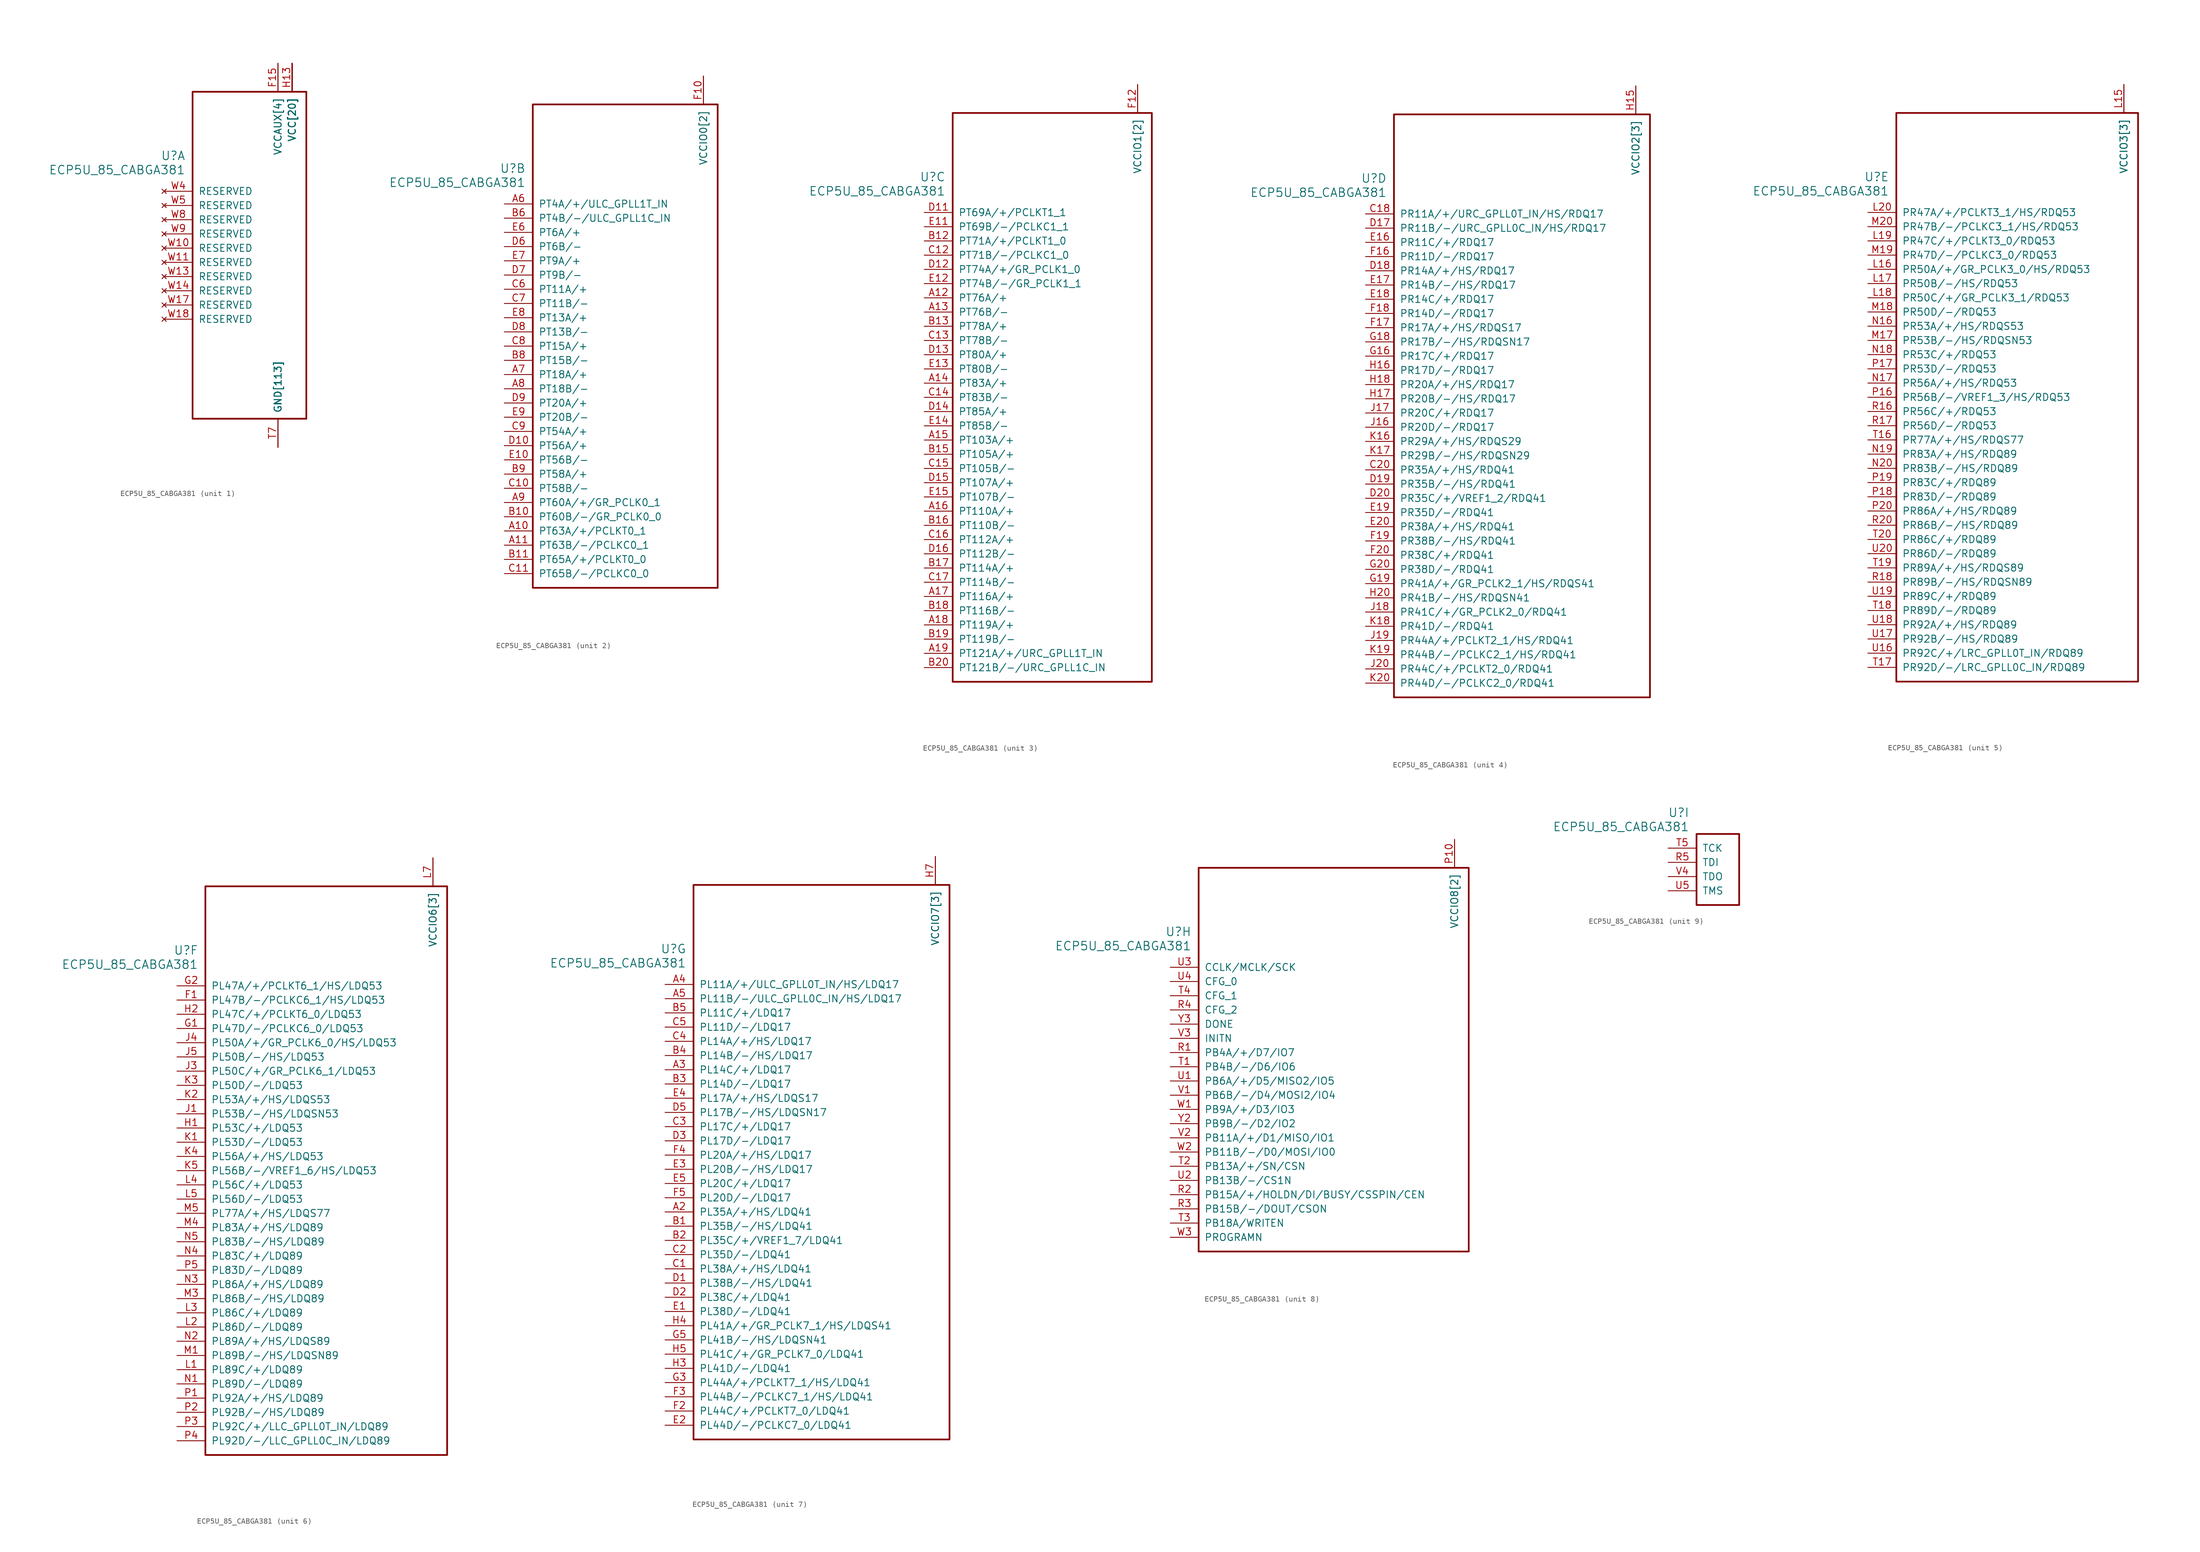
<source format=kicad_sym>
(kicad_symbol_lib
  (version 20241209)
  (generator "kicad_symbol_editor")
  (generator_version "9.0")
  (symbol "ECP5U_85_CABGA381"
    (pin_names
      (offset 1.016))
    (property "Reference" "U"
      (at 3.81 6.35 0)
      (effects (font (size 1.524 1.524)) (justify right)))
    (property "Value" "ECP5U_85_CABGA381"
      (at 3.81 3.81 0)
      (effects (font (size 1.524 1.524)) (justify right)))
    (property "ki_locked" ""
      (at 0 0 0)
      (effects (font (size 1.27 1.27))))
    (symbol "ECP5U_85_CABGA381_1_1"
      (rectangle (start 5.08 17.78) (end 25.4 -40.64) (stroke (width 0.305) (type solid)) (fill (type none)))
      (pin no_connect line (at 0 0 0) (length 5.08) (name "RESERVED" (effects (font (size 1.27 1.27)))) (number "W4" (effects (font (size 1.27 1.27)))))
      (pin no_connect line (at 0 -2.54 0) (length 5.08) (name "RESERVED" (effects (font (size 1.27 1.27)))) (number "W5" (effects (font (size 1.27 1.27)))))
      (pin no_connect line (at 0 -5.08 0) (length 5.08) (name "RESERVED" (effects (font (size 1.27 1.27)))) (number "W8" (effects (font (size 1.27 1.27)))))
      (pin no_connect line (at 0 -7.62 0) (length 5.08) (name "RESERVED" (effects (font (size 1.27 1.27)))) (number "W9" (effects (font (size 1.27 1.27)))))
      (pin no_connect line (at 0 -10.16 0) (length 5.08) (name "RESERVED" (effects (font (size 1.27 1.27)))) (number "W10" (effects (font (size 1.27 1.27)))))
      (pin no_connect line (at 0 -12.7 0) (length 5.08) (name "RESERVED" (effects (font (size 1.27 1.27)))) (number "W11" (effects (font (size 1.27 1.27)))))
      (pin no_connect line (at 0 -15.24 0) (length 5.08) (name "RESERVED" (effects (font (size 1.27 1.27)))) (number "W13" (effects (font (size 1.27 1.27)))))
      (pin no_connect line (at 0 -17.78 0) (length 5.08) (name "RESERVED" (effects (font (size 1.27 1.27)))) (number "W14" (effects (font (size 1.27 1.27)))))
      (pin no_connect line (at 0 -20.32 0) (length 5.08) (name "RESERVED" (effects (font (size 1.27 1.27)))) (number "W17" (effects (font (size 1.27 1.27)))))
      (pin no_connect line (at 0 -22.86 0) (length 5.08) (name "RESERVED" (effects (font (size 1.27 1.27)))) (number "W18" (effects (font (size 1.27 1.27)))))
      (pin power_in line (at 20.32 22.86 270) (length 5.08) (name "VCCAUX[4]" (effects (font (size 1.27 1.27)))) (number "F15" (effects (font (size 1.27 1.27)))))
      (pin power_in line (at 20.32 22.86 270) (length 5.08) (name "VCCAUX[4]" (effects (font (size 1.27 1.27)))) (number "F6" (effects (font (size 0 0)))))
      (pin power_in line (at 20.32 22.86 270) (length 5.08) (name "VCCAUX[4]" (effects (font (size 1.27 1.27)))) (number "P15" (effects (font (size 0 0)))))
      (pin power_in line (at 20.32 22.86 270) (length 5.08) (name "VCCAUX[4]" (effects (font (size 1.27 1.27)))) (number "P6" (effects (font (size 0 0)))))
      (pin power_in line (at 20.32 -45.72 90) (length 5.08) (name "GND[113]" (effects (font (size 1.27 1.27)))) (number "B14" (effects (font (size 0 0)))))
      (pin power_in line (at 20.32 -45.72 90) (length 5.08) (name "GND[113]" (effects (font (size 1.27 1.27)))) (number "B7" (effects (font (size 0 0)))))
      (pin power_in line (at 20.32 -45.72 90) (length 5.08) (name "GND[113]" (effects (font (size 1.27 1.27)))) (number "C19" (effects (font (size 0 0)))))
      (pin power_in line (at 20.32 -45.72 90) (length 5.08) (name "GND[113]" (effects (font (size 1.27 1.27)))) (number "D4" (effects (font (size 0 0)))))
      (pin power_in line (at 20.32 -45.72 90) (length 5.08) (name "GND[113]" (effects (font (size 1.27 1.27)))) (number "F13" (effects (font (size 0 0)))))
      (pin power_in line (at 20.32 -45.72 90) (length 5.08) (name "GND[113]" (effects (font (size 1.27 1.27)))) (number "F14" (effects (font (size 0 0)))))
      (pin power_in line (at 20.32 -45.72 90) (length 5.08) (name "GND[113]" (effects (font (size 1.27 1.27)))) (number "F7" (effects (font (size 0 0)))))
      (pin power_in line (at 20.32 -45.72 90) (length 5.08) (name "GND[113]" (effects (font (size 1.27 1.27)))) (number "F8" (effects (font (size 0 0)))))
      (pin power_in line (at 20.32 -45.72 90) (length 5.08) (name "GND[113]" (effects (font (size 1.27 1.27)))) (number "G10" (effects (font (size 0 0)))))
      (pin power_in line (at 20.32 -45.72 90) (length 5.08) (name "GND[113]" (effects (font (size 1.27 1.27)))) (number "G11" (effects (font (size 0 0)))))
      (pin power_in line (at 20.32 -45.72 90) (length 5.08) (name "GND[113]" (effects (font (size 1.27 1.27)))) (number "G12" (effects (font (size 0 0)))))
      (pin power_in line (at 20.32 -45.72 90) (length 5.08) (name "GND[113]" (effects (font (size 1.27 1.27)))) (number "G13" (effects (font (size 0 0)))))
      (pin power_in line (at 20.32 -45.72 90) (length 5.08) (name "GND[113]" (effects (font (size 1.27 1.27)))) (number "G14" (effects (font (size 0 0)))))
      (pin power_in line (at 20.32 -45.72 90) (length 5.08) (name "GND[113]" (effects (font (size 1.27 1.27)))) (number "G15" (effects (font (size 0 0)))))
      (pin power_in line (at 20.32 -45.72 90) (length 5.08) (name "GND[113]" (effects (font (size 1.27 1.27)))) (number "G17" (effects (font (size 0 0)))))
      (pin power_in line (at 20.32 -45.72 90) (length 5.08) (name "GND[113]" (effects (font (size 1.27 1.27)))) (number "G4" (effects (font (size 0 0)))))
      (pin power_in line (at 20.32 -45.72 90) (length 5.08) (name "GND[113]" (effects (font (size 1.27 1.27)))) (number "G6" (effects (font (size 0 0)))))
      (pin power_in line (at 20.32 -45.72 90) (length 5.08) (name "GND[113]" (effects (font (size 1.27 1.27)))) (number "G7" (effects (font (size 0 0)))))
      (pin power_in line (at 20.32 -45.72 90) (length 5.08) (name "GND[113]" (effects (font (size 1.27 1.27)))) (number "G8" (effects (font (size 0 0)))))
      (pin power_in line (at 20.32 -45.72 90) (length 5.08) (name "GND[113]" (effects (font (size 1.27 1.27)))) (number "G9" (effects (font (size 0 0)))))
      (pin power_in line (at 20.32 -45.72 90) (length 5.08) (name "GND[113]" (effects (font (size 1.27 1.27)))) (number "H19" (effects (font (size 0 0)))))
      (pin power_in line (at 20.32 -45.72 90) (length 5.08) (name "GND[113]" (effects (font (size 1.27 1.27)))) (number "J10" (effects (font (size 0 0)))))
      (pin power_in line (at 20.32 -45.72 90) (length 5.08) (name "GND[113]" (effects (font (size 1.27 1.27)))) (number "J11" (effects (font (size 0 0)))))
      (pin power_in line (at 20.32 -45.72 90) (length 5.08) (name "GND[113]" (effects (font (size 1.27 1.27)))) (number "J12" (effects (font (size 0 0)))))
      (pin power_in line (at 20.32 -45.72 90) (length 5.08) (name "GND[113]" (effects (font (size 1.27 1.27)))) (number "J14" (effects (font (size 0 0)))))
      (pin power_in line (at 20.32 -45.72 90) (length 5.08) (name "GND[113]" (effects (font (size 1.27 1.27)))) (number "J2" (effects (font (size 0 0)))))
      (pin power_in line (at 20.32 -45.72 90) (length 5.08) (name "GND[113]" (effects (font (size 1.27 1.27)))) (number "J7" (effects (font (size 0 0)))))
      (pin power_in line (at 20.32 -45.72 90) (length 5.08) (name "GND[113]" (effects (font (size 1.27 1.27)))) (number "J9" (effects (font (size 0 0)))))
      (pin power_in line (at 20.32 -45.72 90) (length 5.08) (name "GND[113]" (effects (font (size 1.27 1.27)))) (number "K10" (effects (font (size 0 0)))))
      (pin power_in line (at 20.32 -45.72 90) (length 5.08) (name "GND[113]" (effects (font (size 1.27 1.27)))) (number "K11" (effects (font (size 0 0)))))
      (pin power_in line (at 20.32 -45.72 90) (length 5.08) (name "GND[113]" (effects (font (size 1.27 1.27)))) (number "K12" (effects (font (size 0 0)))))
      (pin power_in line (at 20.32 -45.72 90) (length 5.08) (name "GND[113]" (effects (font (size 1.27 1.27)))) (number "K14" (effects (font (size 0 0)))))
      (pin power_in line (at 20.32 -45.72 90) (length 5.08) (name "GND[113]" (effects (font (size 1.27 1.27)))) (number "K15" (effects (font (size 0 0)))))
      (pin power_in line (at 20.32 -45.72 90) (length 5.08) (name "GND[113]" (effects (font (size 1.27 1.27)))) (number "K6" (effects (font (size 0 0)))))
      (pin power_in line (at 20.32 -45.72 90) (length 5.08) (name "GND[113]" (effects (font (size 1.27 1.27)))) (number "K7" (effects (font (size 0 0)))))
      (pin power_in line (at 20.32 -45.72 90) (length 5.08) (name "GND[113]" (effects (font (size 1.27 1.27)))) (number "K9" (effects (font (size 0 0)))))
      (pin power_in line (at 20.32 -45.72 90) (length 5.08) (name "GND[113]" (effects (font (size 1.27 1.27)))) (number "L10" (effects (font (size 0 0)))))
      (pin power_in line (at 20.32 -45.72 90) (length 5.08) (name "GND[113]" (effects (font (size 1.27 1.27)))) (number "L11" (effects (font (size 0 0)))))
      (pin power_in line (at 20.32 -45.72 90) (length 5.08) (name "GND[113]" (effects (font (size 1.27 1.27)))) (number "L12" (effects (font (size 0 0)))))
      (pin power_in line (at 20.32 -45.72 90) (length 5.08) (name "GND[113]" (effects (font (size 1.27 1.27)))) (number "L9" (effects (font (size 0 0)))))
      (pin power_in line (at 20.32 -45.72 90) (length 5.08) (name "GND[113]" (effects (font (size 1.27 1.27)))) (number "M10" (effects (font (size 0 0)))))
      (pin power_in line (at 20.32 -45.72 90) (length 5.08) (name "GND[113]" (effects (font (size 1.27 1.27)))) (number "M11" (effects (font (size 0 0)))))
      (pin power_in line (at 20.32 -45.72 90) (length 5.08) (name "GND[113]" (effects (font (size 1.27 1.27)))) (number "M12" (effects (font (size 0 0)))))
      (pin power_in line (at 20.32 -45.72 90) (length 5.08) (name "GND[113]" (effects (font (size 1.27 1.27)))) (number "M14" (effects (font (size 0 0)))))
      (pin power_in line (at 20.32 -45.72 90) (length 5.08) (name "GND[113]" (effects (font (size 1.27 1.27)))) (number "M16" (effects (font (size 0 0)))))
      (pin power_in line (at 20.32 -45.72 90) (length 5.08) (name "GND[113]" (effects (font (size 1.27 1.27)))) (number "M2" (effects (font (size 0 0)))))
      (pin power_in line (at 20.32 -45.72 90) (length 5.08) (name "GND[113]" (effects (font (size 1.27 1.27)))) (number "M7" (effects (font (size 0 0)))))
      (pin power_in line (at 20.32 -45.72 90) (length 5.08) (name "GND[113]" (effects (font (size 1.27 1.27)))) (number "M9" (effects (font (size 0 0)))))
      (pin power_in line (at 20.32 -45.72 90) (length 5.08) (name "GND[113]" (effects (font (size 1.27 1.27)))) (number "N14" (effects (font (size 0 0)))))
      (pin power_in line (at 20.32 -45.72 90) (length 5.08) (name "GND[113]" (effects (font (size 1.27 1.27)))) (number "N15" (effects (font (size 0 0)))))
      (pin power_in line (at 20.32 -45.72 90) (length 5.08) (name "GND[113]" (effects (font (size 1.27 1.27)))) (number "N6" (effects (font (size 0 0)))))
      (pin power_in line (at 20.32 -45.72 90) (length 5.08) (name "GND[113]" (effects (font (size 1.27 1.27)))) (number "N7" (effects (font (size 0 0)))))
      (pin power_in line (at 20.32 -45.72 90) (length 5.08) (name "GND[113]" (effects (font (size 1.27 1.27)))) (number "P11" (effects (font (size 0 0)))))
      (pin power_in line (at 20.32 -45.72 90) (length 5.08) (name "GND[113]" (effects (font (size 1.27 1.27)))) (number "P12" (effects (font (size 0 0)))))
      (pin power_in line (at 20.32 -45.72 90) (length 5.08) (name "GND[113]" (effects (font (size 1.27 1.27)))) (number "P13" (effects (font (size 0 0)))))
      (pin power_in line (at 20.32 -45.72 90) (length 5.08) (name "GND[113]" (effects (font (size 1.27 1.27)))) (number "P14" (effects (font (size 0 0)))))
      (pin power_in line (at 20.32 -45.72 90) (length 5.08) (name "GND[113]" (effects (font (size 1.27 1.27)))) (number "P7" (effects (font (size 0 0)))))
      (pin power_in line (at 20.32 -45.72 90) (length 5.08) (name "GND[113]" (effects (font (size 1.27 1.27)))) (number "P8" (effects (font (size 0 0)))))
      (pin power_in line (at 20.32 -45.72 90) (length 5.08) (name "GND[113]" (effects (font (size 1.27 1.27)))) (number "R19" (effects (font (size 0 0)))))
      (pin power_in line (at 20.32 -45.72 90) (length 5.08) (name "GND[113]" (effects (font (size 1.27 1.27)))) (number "T10" (effects (font (size 0 0)))))
      (pin power_in line (at 20.32 -45.72 90) (length 5.08) (name "GND[113]" (effects (font (size 1.27 1.27)))) (number "T11" (effects (font (size 0 0)))))
      (pin power_in line (at 20.32 -45.72 90) (length 5.08) (name "GND[113]" (effects (font (size 1.27 1.27)))) (number "T12" (effects (font (size 0 0)))))
      (pin power_in line (at 20.32 -45.72 90) (length 5.08) (name "GND[113]" (effects (font (size 1.27 1.27)))) (number "T13" (effects (font (size 0 0)))))
      (pin power_in line (at 20.32 -45.72 90) (length 5.08) (name "GND[113]" (effects (font (size 1.27 1.27)))) (number "T14" (effects (font (size 0 0)))))
      (pin power_in line (at 20.32 -45.72 90) (length 5.08) (name "GND[113]" (effects (font (size 1.27 1.27)))) (number "T15" (effects (font (size 0 0)))))
      (pin power_in line (at 20.32 -45.72 90) (length 5.08) (name "GND[113]" (effects (font (size 1.27 1.27)))) (number "T6" (effects (font (size 0 0)))))
      (pin power_in line (at 20.32 -45.72 90) (length 5.08) (name "GND[113]" (effects (font (size 1.27 1.27)))) (number "T7" (effects (font (size 1.27 1.27)))))
      (pin power_in line (at 20.32 -45.72 90) (length 5.08) (name "GND[113]" (effects (font (size 1.27 1.27)))) (number "T8" (effects (font (size 0 0)))))
      (pin power_in line (at 20.32 -45.72 90) (length 5.08) (name "GND[113]" (effects (font (size 1.27 1.27)))) (number "T9" (effects (font (size 0 0)))))
      (pin power_in line (at 20.32 -45.72 90) (length 5.08) (name "GND[113]" (effects (font (size 1.27 1.27)))) (number "U10" (effects (font (size 0 0)))))
      (pin power_in line (at 20.32 -45.72 90) (length 5.08) (name "GND[113]" (effects (font (size 1.27 1.27)))) (number "U11" (effects (font (size 0 0)))))
      (pin power_in line (at 20.32 -45.72 90) (length 5.08) (name "GND[113]" (effects (font (size 1.27 1.27)))) (number "U12" (effects (font (size 0 0)))))
      (pin power_in line (at 20.32 -45.72 90) (length 5.08) (name "GND[113]" (effects (font (size 1.27 1.27)))) (number "U13" (effects (font (size 0 0)))))
      (pin power_in line (at 20.32 -45.72 90) (length 5.08) (name "GND[113]" (effects (font (size 1.27 1.27)))) (number "U14" (effects (font (size 0 0)))))
      (pin power_in line (at 20.32 -45.72 90) (length 5.08) (name "GND[113]" (effects (font (size 1.27 1.27)))) (number "U15" (effects (font (size 0 0)))))
      (pin power_in line (at 20.32 -45.72 90) (length 5.08) (name "GND[113]" (effects (font (size 1.27 1.27)))) (number "U6" (effects (font (size 0 0)))))
      (pin power_in line (at 20.32 -45.72 90) (length 5.08) (name "GND[113]" (effects (font (size 1.27 1.27)))) (number "U7" (effects (font (size 0 0)))))
      (pin power_in line (at 20.32 -45.72 90) (length 5.08) (name "GND[113]" (effects (font (size 1.27 1.27)))) (number "U8" (effects (font (size 0 0)))))
      (pin power_in line (at 20.32 -45.72 90) (length 5.08) (name "GND[113]" (effects (font (size 1.27 1.27)))) (number "U9" (effects (font (size 0 0)))))
      (pin power_in line (at 20.32 -45.72 90) (length 5.08) (name "GND[113]" (effects (font (size 1.27 1.27)))) (number "V10" (effects (font (size 0 0)))))
      (pin power_in line (at 20.32 -45.72 90) (length 5.08) (name "GND[113]" (effects (font (size 1.27 1.27)))) (number "V11" (effects (font (size 0 0)))))
      (pin power_in line (at 20.32 -45.72 90) (length 5.08) (name "GND[113]" (effects (font (size 1.27 1.27)))) (number "V12" (effects (font (size 0 0)))))
      (pin power_in line (at 20.32 -45.72 90) (length 5.08) (name "GND[113]" (effects (font (size 1.27 1.27)))) (number "V13" (effects (font (size 0 0)))))
      (pin power_in line (at 20.32 -45.72 90) (length 5.08) (name "GND[113]" (effects (font (size 1.27 1.27)))) (number "V14" (effects (font (size 0 0)))))
      (pin power_in line (at 20.32 -45.72 90) (length 5.08) (name "GND[113]" (effects (font (size 1.27 1.27)))) (number "V15" (effects (font (size 0 0)))))
      (pin power_in line (at 20.32 -45.72 90) (length 5.08) (name "GND[113]" (effects (font (size 1.27 1.27)))) (number "V16" (effects (font (size 0 0)))))
      (pin power_in line (at 20.32 -45.72 90) (length 5.08) (name "GND[113]" (effects (font (size 1.27 1.27)))) (number "V17" (effects (font (size 0 0)))))
      (pin power_in line (at 20.32 -45.72 90) (length 5.08) (name "GND[113]" (effects (font (size 1.27 1.27)))) (number "V18" (effects (font (size 0 0)))))
      (pin power_in line (at 20.32 -45.72 90) (length 5.08) (name "GND[113]" (effects (font (size 1.27 1.27)))) (number "V19" (effects (font (size 0 0)))))
      (pin power_in line (at 20.32 -45.72 90) (length 5.08) (name "GND[113]" (effects (font (size 1.27 1.27)))) (number "V20" (effects (font (size 0 0)))))
      (pin power_in line (at 20.32 -45.72 90) (length 5.08) (name "GND[113]" (effects (font (size 1.27 1.27)))) (number "V5" (effects (font (size 0 0)))))
      (pin power_in line (at 20.32 -45.72 90) (length 5.08) (name "GND[113]" (effects (font (size 1.27 1.27)))) (number "V6" (effects (font (size 0 0)))))
      (pin power_in line (at 20.32 -45.72 90) (length 5.08) (name "GND[113]" (effects (font (size 1.27 1.27)))) (number "V7" (effects (font (size 0 0)))))
      (pin power_in line (at 20.32 -45.72 90) (length 5.08) (name "GND[113]" (effects (font (size 1.27 1.27)))) (number "V8" (effects (font (size 0 0)))))
      (pin power_in line (at 20.32 -45.72 90) (length 5.08) (name "GND[113]" (effects (font (size 1.27 1.27)))) (number "V9" (effects (font (size 0 0)))))
      (pin power_in line (at 20.32 -45.72 90) (length 5.08) (name "GND[113]" (effects (font (size 1.27 1.27)))) (number "W12" (effects (font (size 0 0)))))
      (pin power_in line (at 20.32 -45.72 90) (length 5.08) (name "GND[113]" (effects (font (size 1.27 1.27)))) (number "W15" (effects (font (size 0 0)))))
      (pin power_in line (at 20.32 -45.72 90) (length 5.08) (name "GND[113]" (effects (font (size 1.27 1.27)))) (number "W16" (effects (font (size 0 0)))))
      (pin power_in line (at 20.32 -45.72 90) (length 5.08) (name "GND[113]" (effects (font (size 1.27 1.27)))) (number "W19" (effects (font (size 0 0)))))
      (pin power_in line (at 20.32 -45.72 90) (length 5.08) (name "GND[113]" (effects (font (size 1.27 1.27)))) (number "W20" (effects (font (size 0 0)))))
      (pin power_in line (at 20.32 -45.72 90) (length 5.08) (name "GND[113]" (effects (font (size 1.27 1.27)))) (number "W6" (effects (font (size 0 0)))))
      (pin power_in line (at 20.32 -45.72 90) (length 5.08) (name "GND[113]" (effects (font (size 1.27 1.27)))) (number "W7" (effects (font (size 0 0)))))
      (pin power_in line (at 20.32 -45.72 90) (length 5.08) (name "GND[113]" (effects (font (size 1.27 1.27)))) (number "Y11" (effects (font (size 0 0)))))
      (pin power_in line (at 20.32 -45.72 90) (length 5.08) (name "GND[113]" (effects (font (size 1.27 1.27)))) (number "Y12" (effects (font (size 0 0)))))
      (pin power_in line (at 20.32 -45.72 90) (length 5.08) (name "GND[113]" (effects (font (size 1.27 1.27)))) (number "Y14" (effects (font (size 0 0)))))
      (pin power_in line (at 20.32 -45.72 90) (length 5.08) (name "GND[113]" (effects (font (size 1.27 1.27)))) (number "Y15" (effects (font (size 0 0)))))
      (pin power_in line (at 20.32 -45.72 90) (length 5.08) (name "GND[113]" (effects (font (size 1.27 1.27)))) (number "Y16" (effects (font (size 0 0)))))
      (pin power_in line (at 20.32 -45.72 90) (length 5.08) (name "GND[113]" (effects (font (size 1.27 1.27)))) (number "Y17" (effects (font (size 0 0)))))
      (pin power_in line (at 20.32 -45.72 90) (length 5.08) (name "GND[113]" (effects (font (size 1.27 1.27)))) (number "Y19" (effects (font (size 0 0)))))
      (pin power_in line (at 20.32 -45.72 90) (length 5.08) (name "GND[113]" (effects (font (size 1.27 1.27)))) (number "Y5" (effects (font (size 0 0)))))
      (pin power_in line (at 20.32 -45.72 90) (length 5.08) (name "GND[113]" (effects (font (size 1.27 1.27)))) (number "Y6" (effects (font (size 0 0)))))
      (pin power_in line (at 20.32 -45.72 90) (length 5.08) (name "GND[113]" (effects (font (size 1.27 1.27)))) (number "Y7" (effects (font (size 0 0)))))
      (pin power_in line (at 20.32 -45.72 90) (length 5.08) (name "GND[113]" (effects (font (size 1.27 1.27)))) (number "Y8" (effects (font (size 0 0)))))
      (pin power_in line (at 22.86 22.86 270) (length 5.08) (name "VCC[20]" (effects (font (size 1.27 1.27)))) (number "H10" (effects (font (size 0 0)))))
      (pin power_in line (at 22.86 22.86 270) (length 5.08) (name "VCC[20]" (effects (font (size 1.27 1.27)))) (number "H11" (effects (font (size 0 0)))))
      (pin power_in line (at 22.86 22.86 270) (length 5.08) (name "VCC[20]" (effects (font (size 1.27 1.27)))) (number "H12" (effects (font (size 0 0)))))
      (pin power_in line (at 22.86 22.86 270) (length 5.08) (name "VCC[20]" (effects (font (size 1.27 1.27)))) (number "H13" (effects (font (size 1.27 1.27)))))
      (pin power_in line (at 22.86 22.86 270) (length 5.08) (name "VCC[20]" (effects (font (size 1.27 1.27)))) (number "H8" (effects (font (size 0 0)))))
      (pin power_in line (at 22.86 22.86 270) (length 5.08) (name "VCC[20]" (effects (font (size 1.27 1.27)))) (number "H9" (effects (font (size 0 0)))))
      (pin power_in line (at 22.86 22.86 270) (length 5.08) (name "VCC[20]" (effects (font (size 1.27 1.27)))) (number "J13" (effects (font (size 0 0)))))
      (pin power_in line (at 22.86 22.86 270) (length 5.08) (name "VCC[20]" (effects (font (size 1.27 1.27)))) (number "J8" (effects (font (size 0 0)))))
      (pin power_in line (at 22.86 22.86 270) (length 5.08) (name "VCC[20]" (effects (font (size 1.27 1.27)))) (number "K13" (effects (font (size 0 0)))))
      (pin power_in line (at 22.86 22.86 270) (length 5.08) (name "VCC[20]" (effects (font (size 1.27 1.27)))) (number "K8" (effects (font (size 0 0)))))
      (pin power_in line (at 22.86 22.86 270) (length 5.08) (name "VCC[20]" (effects (font (size 1.27 1.27)))) (number "L13" (effects (font (size 0 0)))))
      (pin power_in line (at 22.86 22.86 270) (length 5.08) (name "VCC[20]" (effects (font (size 1.27 1.27)))) (number "L8" (effects (font (size 0 0)))))
      (pin power_in line (at 22.86 22.86 270) (length 5.08) (name "VCC[20]" (effects (font (size 1.27 1.27)))) (number "M13" (effects (font (size 0 0)))))
      (pin power_in line (at 22.86 22.86 270) (length 5.08) (name "VCC[20]" (effects (font (size 1.27 1.27)))) (number "M8" (effects (font (size 0 0)))))
      (pin power_in line (at 22.86 22.86 270) (length 5.08) (name "VCC[20]" (effects (font (size 1.27 1.27)))) (number "N10" (effects (font (size 0 0)))))
      (pin power_in line (at 22.86 22.86 270) (length 5.08) (name "VCC[20]" (effects (font (size 1.27 1.27)))) (number "N11" (effects (font (size 0 0)))))
      (pin power_in line (at 22.86 22.86 270) (length 5.08) (name "VCC[20]" (effects (font (size 1.27 1.27)))) (number "N12" (effects (font (size 0 0)))))
      (pin power_in line (at 22.86 22.86 270) (length 5.08) (name "VCC[20]" (effects (font (size 1.27 1.27)))) (number "N13" (effects (font (size 0 0)))))
      (pin power_in line (at 22.86 22.86 270) (length 5.08) (name "VCC[20]" (effects (font (size 1.27 1.27)))) (number "N8" (effects (font (size 0 0)))))
      (pin power_in line (at 22.86 22.86 270) (length 5.08) (name "VCC[20]" (effects (font (size 1.27 1.27)))) (number "N9" (effects (font (size 0 0))))))
    (symbol "ECP5U_85_CABGA381_2_1"
      (rectangle (start 5.08 17.78) (end 38.1 -68.58) (stroke (width 0.305) (type solid)) (fill (type none)))
      (pin bidirectional line (at 0 0 0) (length 5.08) (name "PT4A/+/ULC_GPLL1T_IN" (effects (font (size 1.27 1.27)))) (number "A6" (effects (font (size 1.27 1.27)))))
      (pin bidirectional line (at 0 -2.54 0) (length 5.08) (name "PT4B/-/ULC_GPLL1C_IN" (effects (font (size 1.27 1.27)))) (number "B6" (effects (font (size 1.27 1.27)))))
      (pin bidirectional line (at 0 -5.08 0) (length 5.08) (name "PT6A/+" (effects (font (size 1.27 1.27)))) (number "E6" (effects (font (size 1.27 1.27)))))
      (pin bidirectional line (at 0 -7.62 0) (length 5.08) (name "PT6B/-" (effects (font (size 1.27 1.27)))) (number "D6" (effects (font (size 1.27 1.27)))))
      (pin bidirectional line (at 0 -10.16 0) (length 5.08) (name "PT9A/+" (effects (font (size 1.27 1.27)))) (number "E7" (effects (font (size 1.27 1.27)))))
      (pin bidirectional line (at 0 -12.7 0) (length 5.08) (name "PT9B/-" (effects (font (size 1.27 1.27)))) (number "D7" (effects (font (size 1.27 1.27)))))
      (pin bidirectional line (at 0 -15.24 0) (length 5.08) (name "PT11A/+" (effects (font (size 1.27 1.27)))) (number "C6" (effects (font (size 1.27 1.27)))))
      (pin bidirectional line (at 0 -17.78 0) (length 5.08) (name "PT11B/-" (effects (font (size 1.27 1.27)))) (number "C7" (effects (font (size 1.27 1.27)))))
      (pin bidirectional line (at 0 -20.32 0) (length 5.08) (name "PT13A/+" (effects (font (size 1.27 1.27)))) (number "E8" (effects (font (size 1.27 1.27)))))
      (pin bidirectional line (at 0 -22.86 0) (length 5.08) (name "PT13B/-" (effects (font (size 1.27 1.27)))) (number "D8" (effects (font (size 1.27 1.27)))))
      (pin bidirectional line (at 0 -25.4 0) (length 5.08) (name "PT15A/+" (effects (font (size 1.27 1.27)))) (number "C8" (effects (font (size 1.27 1.27)))))
      (pin bidirectional line (at 0 -27.94 0) (length 5.08) (name "PT15B/-" (effects (font (size 1.27 1.27)))) (number "B8" (effects (font (size 1.27 1.27)))))
      (pin bidirectional line (at 0 -30.48 0) (length 5.08) (name "PT18A/+" (effects (font (size 1.27 1.27)))) (number "A7" (effects (font (size 1.27 1.27)))))
      (pin bidirectional line (at 0 -33.02 0) (length 5.08) (name "PT18B/-" (effects (font (size 1.27 1.27)))) (number "A8" (effects (font (size 1.27 1.27)))))
      (pin bidirectional line (at 0 -35.56 0) (length 5.08) (name "PT20A/+" (effects (font (size 1.27 1.27)))) (number "D9" (effects (font (size 1.27 1.27)))))
      (pin bidirectional line (at 0 -38.1 0) (length 5.08) (name "PT20B/-" (effects (font (size 1.27 1.27)))) (number "E9" (effects (font (size 1.27 1.27)))))
      (pin bidirectional line (at 0 -40.64 0) (length 5.08) (name "PT54A/+" (effects (font (size 1.27 1.27)))) (number "C9" (effects (font (size 1.27 1.27)))))
      (pin bidirectional line (at 0 -43.18 0) (length 5.08) (name "PT56A/+" (effects (font (size 1.27 1.27)))) (number "D10" (effects (font (size 1.27 1.27)))))
      (pin bidirectional line (at 0 -45.72 0) (length 5.08) (name "PT56B/-" (effects (font (size 1.27 1.27)))) (number "E10" (effects (font (size 1.27 1.27)))))
      (pin bidirectional line (at 0 -48.26 0) (length 5.08) (name "PT58A/+" (effects (font (size 1.27 1.27)))) (number "B9" (effects (font (size 1.27 1.27)))))
      (pin bidirectional line (at 0 -50.8 0) (length 5.08) (name "PT58B/-" (effects (font (size 1.27 1.27)))) (number "C10" (effects (font (size 1.27 1.27)))))
      (pin bidirectional line (at 0 -53.34 0) (length 5.08) (name "PT60A/+/GR_PCLK0_1" (effects (font (size 1.27 1.27)))) (number "A9" (effects (font (size 1.27 1.27)))))
      (pin bidirectional line (at 0 -55.88 0) (length 5.08) (name "PT60B/-/GR_PCLK0_0" (effects (font (size 1.27 1.27)))) (number "B10" (effects (font (size 1.27 1.27)))))
      (pin bidirectional line (at 0 -58.42 0) (length 5.08) (name "PT63A/+/PCLKT0_1" (effects (font (size 1.27 1.27)))) (number "A10" (effects (font (size 1.27 1.27)))))
      (pin bidirectional line (at 0 -60.96 0) (length 5.08) (name "PT63B/-/PCLKC0_1" (effects (font (size 1.27 1.27)))) (number "A11" (effects (font (size 1.27 1.27)))))
      (pin bidirectional line (at 0 -63.5 0) (length 5.08) (name "PT65A/+/PCLKT0_0" (effects (font (size 1.27 1.27)))) (number "B11" (effects (font (size 1.27 1.27)))))
      (pin bidirectional line (at 0 -66.04 0) (length 5.08) (name "PT65B/-/PCLKC0_0" (effects (font (size 1.27 1.27)))) (number "C11" (effects (font (size 1.27 1.27)))))
      (pin power_in line (at 35.56 22.86 270) (length 5.08) (name "VCCIO0[2]" (effects (font (size 1.27 1.27)))) (number "F10" (effects (font (size 1.27 1.27)))))
      (pin power_in line (at 35.56 22.86 270) (length 5.08) (name "VCCIO0[2]" (effects (font (size 1.27 1.27)))) (number "F9" (effects (font (size 0 0))))))
    (symbol "ECP5U_85_CABGA381_3_1"
      (rectangle (start 5.08 17.78) (end 40.64 -83.82) (stroke (width 0.305) (type solid)) (fill (type none)))
      (pin bidirectional line (at 0 0 0) (length 5.08) (name "PT69A/+/PCLKT1_1" (effects (font (size 1.27 1.27)))) (number "D11" (effects (font (size 1.27 1.27)))))
      (pin bidirectional line (at 0 -2.54 0) (length 5.08) (name "PT69B/-/PCLKC1_1" (effects (font (size 1.27 1.27)))) (number "E11" (effects (font (size 1.27 1.27)))))
      (pin bidirectional line (at 0 -5.08 0) (length 5.08) (name "PT71A/+/PCLKT1_0" (effects (font (size 1.27 1.27)))) (number "B12" (effects (font (size 1.27 1.27)))))
      (pin bidirectional line (at 0 -7.62 0) (length 5.08) (name "PT71B/-/PCLKC1_0" (effects (font (size 1.27 1.27)))) (number "C12" (effects (font (size 1.27 1.27)))))
      (pin bidirectional line (at 0 -10.16 0) (length 5.08) (name "PT74A/+/GR_PCLK1_0" (effects (font (size 1.27 1.27)))) (number "D12" (effects (font (size 1.27 1.27)))))
      (pin bidirectional line (at 0 -12.7 0) (length 5.08) (name "PT74B/-/GR_PCLK1_1" (effects (font (size 1.27 1.27)))) (number "E12" (effects (font (size 1.27 1.27)))))
      (pin bidirectional line (at 0 -15.24 0) (length 5.08) (name "PT76A/+" (effects (font (size 1.27 1.27)))) (number "A12" (effects (font (size 1.27 1.27)))))
      (pin bidirectional line (at 0 -17.78 0) (length 5.08) (name "PT76B/-" (effects (font (size 1.27 1.27)))) (number "A13" (effects (font (size 1.27 1.27)))))
      (pin bidirectional line (at 0 -20.32 0) (length 5.08) (name "PT78A/+" (effects (font (size 1.27 1.27)))) (number "B13" (effects (font (size 1.27 1.27)))))
      (pin bidirectional line (at 0 -22.86 0) (length 5.08) (name "PT78B/-" (effects (font (size 1.27 1.27)))) (number "C13" (effects (font (size 1.27 1.27)))))
      (pin bidirectional line (at 0 -25.4 0) (length 5.08) (name "PT80A/+" (effects (font (size 1.27 1.27)))) (number "D13" (effects (font (size 1.27 1.27)))))
      (pin bidirectional line (at 0 -27.94 0) (length 5.08) (name "PT80B/-" (effects (font (size 1.27 1.27)))) (number "E13" (effects (font (size 1.27 1.27)))))
      (pin bidirectional line (at 0 -30.48 0) (length 5.08) (name "PT83A/+" (effects (font (size 1.27 1.27)))) (number "A14" (effects (font (size 1.27 1.27)))))
      (pin bidirectional line (at 0 -33.02 0) (length 5.08) (name "PT83B/-" (effects (font (size 1.27 1.27)))) (number "C14" (effects (font (size 1.27 1.27)))))
      (pin bidirectional line (at 0 -35.56 0) (length 5.08) (name "PT85A/+" (effects (font (size 1.27 1.27)))) (number "D14" (effects (font (size 1.27 1.27)))))
      (pin bidirectional line (at 0 -38.1 0) (length 5.08) (name "PT85B/-" (effects (font (size 1.27 1.27)))) (number "E14" (effects (font (size 1.27 1.27)))))
      (pin bidirectional line (at 0 -40.64 0) (length 5.08) (name "PT103A/+" (effects (font (size 1.27 1.27)))) (number "A15" (effects (font (size 1.27 1.27)))))
      (pin bidirectional line (at 0 -43.18 0) (length 5.08) (name "PT105A/+" (effects (font (size 1.27 1.27)))) (number "B15" (effects (font (size 1.27 1.27)))))
      (pin bidirectional line (at 0 -45.72 0) (length 5.08) (name "PT105B/-" (effects (font (size 1.27 1.27)))) (number "C15" (effects (font (size 1.27 1.27)))))
      (pin bidirectional line (at 0 -48.26 0) (length 5.08) (name "PT107A/+" (effects (font (size 1.27 1.27)))) (number "D15" (effects (font (size 1.27 1.27)))))
      (pin bidirectional line (at 0 -50.8 0) (length 5.08) (name "PT107B/-" (effects (font (size 1.27 1.27)))) (number "E15" (effects (font (size 1.27 1.27)))))
      (pin bidirectional line (at 0 -53.34 0) (length 5.08) (name "PT110A/+" (effects (font (size 1.27 1.27)))) (number "A16" (effects (font (size 1.27 1.27)))))
      (pin bidirectional line (at 0 -55.88 0) (length 5.08) (name "PT110B/-" (effects (font (size 1.27 1.27)))) (number "B16" (effects (font (size 1.27 1.27)))))
      (pin bidirectional line (at 0 -58.42 0) (length 5.08) (name "PT112A/+" (effects (font (size 1.27 1.27)))) (number "C16" (effects (font (size 1.27 1.27)))))
      (pin bidirectional line (at 0 -60.96 0) (length 5.08) (name "PT112B/-" (effects (font (size 1.27 1.27)))) (number "D16" (effects (font (size 1.27 1.27)))))
      (pin bidirectional line (at 0 -63.5 0) (length 5.08) (name "PT114A/+" (effects (font (size 1.27 1.27)))) (number "B17" (effects (font (size 1.27 1.27)))))
      (pin bidirectional line (at 0 -66.04 0) (length 5.08) (name "PT114B/-" (effects (font (size 1.27 1.27)))) (number "C17" (effects (font (size 1.27 1.27)))))
      (pin bidirectional line (at 0 -68.58 0) (length 5.08) (name "PT116A/+" (effects (font (size 1.27 1.27)))) (number "A17" (effects (font (size 1.27 1.27)))))
      (pin bidirectional line (at 0 -71.12 0) (length 5.08) (name "PT116B/-" (effects (font (size 1.27 1.27)))) (number "B18" (effects (font (size 1.27 1.27)))))
      (pin bidirectional line (at 0 -73.66 0) (length 5.08) (name "PT119A/+" (effects (font (size 1.27 1.27)))) (number "A18" (effects (font (size 1.27 1.27)))))
      (pin bidirectional line (at 0 -76.2 0) (length 5.08) (name "PT119B/-" (effects (font (size 1.27 1.27)))) (number "B19" (effects (font (size 1.27 1.27)))))
      (pin bidirectional line (at 0 -78.74 0) (length 5.08) (name "PT121A/+/URC_GPLL1T_IN" (effects (font (size 1.27 1.27)))) (number "A19" (effects (font (size 1.27 1.27)))))
      (pin bidirectional line (at 0 -81.28 0) (length 5.08) (name "PT121B/-/URC_GPLL1C_IN" (effects (font (size 1.27 1.27)))) (number "B20" (effects (font (size 1.27 1.27)))))
      (pin power_in line (at 38.1 22.86 270) (length 5.08) (name "VCCIO1[2]" (effects (font (size 1.27 1.27)))) (number "F11" (effects (font (size 0 0)))))
      (pin power_in line (at 38.1 22.86 270) (length 5.08) (name "VCCIO1[2]" (effects (font (size 1.27 1.27)))) (number "F12" (effects (font (size 1.27 1.27))))))
    (symbol "ECP5U_85_CABGA381_4_1"
      (rectangle (start 5.08 17.78) (end 50.8 -86.36) (stroke (width 0.305) (type solid)) (fill (type none)))
      (pin bidirectional line (at 0 0 0) (length 5.08) (name "PR11A/+/URC_GPLL0T_IN/HS/RDQ17" (effects (font (size 1.27 1.27)))) (number "C18" (effects (font (size 1.27 1.27)))))
      (pin bidirectional line (at 0 -2.54 0) (length 5.08) (name "PR11B/-/URC_GPLL0C_IN/HS/RDQ17" (effects (font (size 1.27 1.27)))) (number "D17" (effects (font (size 1.27 1.27)))))
      (pin bidirectional line (at 0 -5.08 0) (length 5.08) (name "PR11C/+/RDQ17" (effects (font (size 1.27 1.27)))) (number "E16" (effects (font (size 1.27 1.27)))))
      (pin bidirectional line (at 0 -7.62 0) (length 5.08) (name "PR11D/-/RDQ17" (effects (font (size 1.27 1.27)))) (number "F16" (effects (font (size 1.27 1.27)))))
      (pin bidirectional line (at 0 -10.16 0) (length 5.08) (name "PR14A/+/HS/RDQ17" (effects (font (size 1.27 1.27)))) (number "D18" (effects (font (size 1.27 1.27)))))
      (pin bidirectional line (at 0 -12.7 0) (length 5.08) (name "PR14B/-/HS/RDQ17" (effects (font (size 1.27 1.27)))) (number "E17" (effects (font (size 1.27 1.27)))))
      (pin bidirectional line (at 0 -15.24 0) (length 5.08) (name "PR14C/+/RDQ17" (effects (font (size 1.27 1.27)))) (number "E18" (effects (font (size 1.27 1.27)))))
      (pin bidirectional line (at 0 -17.78 0) (length 5.08) (name "PR14D/-/RDQ17" (effects (font (size 1.27 1.27)))) (number "F18" (effects (font (size 1.27 1.27)))))
      (pin bidirectional line (at 0 -20.32 0) (length 5.08) (name "PR17A/+/HS/RDQS17" (effects (font (size 1.27 1.27)))) (number "F17" (effects (font (size 1.27 1.27)))))
      (pin bidirectional line (at 0 -22.86 0) (length 5.08) (name "PR17B/-/HS/RDQSN17" (effects (font (size 1.27 1.27)))) (number "G18" (effects (font (size 1.27 1.27)))))
      (pin bidirectional line (at 0 -25.4 0) (length 5.08) (name "PR17C/+/RDQ17" (effects (font (size 1.27 1.27)))) (number "G16" (effects (font (size 1.27 1.27)))))
      (pin bidirectional line (at 0 -27.94 0) (length 5.08) (name "PR17D/-/RDQ17" (effects (font (size 1.27 1.27)))) (number "H16" (effects (font (size 1.27 1.27)))))
      (pin bidirectional line (at 0 -30.48 0) (length 5.08) (name "PR20A/+/HS/RDQ17" (effects (font (size 1.27 1.27)))) (number "H18" (effects (font (size 1.27 1.27)))))
      (pin bidirectional line (at 0 -33.02 0) (length 5.08) (name "PR20B/-/HS/RDQ17" (effects (font (size 1.27 1.27)))) (number "H17" (effects (font (size 1.27 1.27)))))
      (pin bidirectional line (at 0 -35.56 0) (length 5.08) (name "PR20C/+/RDQ17" (effects (font (size 1.27 1.27)))) (number "J17" (effects (font (size 1.27 1.27)))))
      (pin bidirectional line (at 0 -38.1 0) (length 5.08) (name "PR20D/-/RDQ17" (effects (font (size 1.27 1.27)))) (number "J16" (effects (font (size 1.27 1.27)))))
      (pin bidirectional line (at 0 -40.64 0) (length 5.08) (name "PR29A/+/HS/RDQS29" (effects (font (size 1.27 1.27)))) (number "K16" (effects (font (size 1.27 1.27)))))
      (pin bidirectional line (at 0 -43.18 0) (length 5.08) (name "PR29B/-/HS/RDQSN29" (effects (font (size 1.27 1.27)))) (number "K17" (effects (font (size 1.27 1.27)))))
      (pin bidirectional line (at 0 -45.72 0) (length 5.08) (name "PR35A/+/HS/RDQ41" (effects (font (size 1.27 1.27)))) (number "C20" (effects (font (size 1.27 1.27)))))
      (pin bidirectional line (at 0 -48.26 0) (length 5.08) (name "PR35B/-/HS/RDQ41" (effects (font (size 1.27 1.27)))) (number "D19" (effects (font (size 1.27 1.27)))))
      (pin bidirectional line (at 0 -50.8 0) (length 5.08) (name "PR35C/+/VREF1_2/RDQ41" (effects (font (size 1.27 1.27)))) (number "D20" (effects (font (size 1.27 1.27)))))
      (pin bidirectional line (at 0 -53.34 0) (length 5.08) (name "PR35D/-/RDQ41" (effects (font (size 1.27 1.27)))) (number "E19" (effects (font (size 1.27 1.27)))))
      (pin bidirectional line (at 0 -55.88 0) (length 5.08) (name "PR38A/+/HS/RDQ41" (effects (font (size 1.27 1.27)))) (number "E20" (effects (font (size 1.27 1.27)))))
      (pin bidirectional line (at 0 -58.42 0) (length 5.08) (name "PR38B/-/HS/RDQ41" (effects (font (size 1.27 1.27)))) (number "F19" (effects (font (size 1.27 1.27)))))
      (pin bidirectional line (at 0 -60.96 0) (length 5.08) (name "PR38C/+/RDQ41" (effects (font (size 1.27 1.27)))) (number "F20" (effects (font (size 1.27 1.27)))))
      (pin bidirectional line (at 0 -63.5 0) (length 5.08) (name "PR38D/-/RDQ41" (effects (font (size 1.27 1.27)))) (number "G20" (effects (font (size 1.27 1.27)))))
      (pin bidirectional line (at 0 -66.04 0) (length 5.08) (name "PR41A/+/GR_PCLK2_1/HS/RDQS41" (effects (font (size 1.27 1.27)))) (number "G19" (effects (font (size 1.27 1.27)))))
      (pin bidirectional line (at 0 -68.58 0) (length 5.08) (name "PR41B/-/HS/RDQSN41" (effects (font (size 1.27 1.27)))) (number "H20" (effects (font (size 1.27 1.27)))))
      (pin bidirectional line (at 0 -71.12 0) (length 5.08) (name "PR41C/+/GR_PCLK2_0/RDQ41" (effects (font (size 1.27 1.27)))) (number "J18" (effects (font (size 1.27 1.27)))))
      (pin bidirectional line (at 0 -73.66 0) (length 5.08) (name "PR41D/-/RDQ41" (effects (font (size 1.27 1.27)))) (number "K18" (effects (font (size 1.27 1.27)))))
      (pin bidirectional line (at 0 -76.2 0) (length 5.08) (name "PR44A/+/PCLKT2_1/HS/RDQ41" (effects (font (size 1.27 1.27)))) (number "J19" (effects (font (size 1.27 1.27)))))
      (pin bidirectional line (at 0 -78.74 0) (length 5.08) (name "PR44B/-/PCLKC2_1/HS/RDQ41" (effects (font (size 1.27 1.27)))) (number "K19" (effects (font (size 1.27 1.27)))))
      (pin bidirectional line (at 0 -81.28 0) (length 5.08) (name "PR44C/+/PCLKT2_0/RDQ41" (effects (font (size 1.27 1.27)))) (number "J20" (effects (font (size 1.27 1.27)))))
      (pin bidirectional line (at 0 -83.82 0) (length 5.08) (name "PR44D/-/PCLKC2_0/RDQ41" (effects (font (size 1.27 1.27)))) (number "K20" (effects (font (size 1.27 1.27)))))
      (pin power_in line (at 48.26 22.86 270) (length 5.08) (name "VCCIO2[3]" (effects (font (size 1.27 1.27)))) (number "H14" (effects (font (size 0 0)))))
      (pin power_in line (at 48.26 22.86 270) (length 5.08) (name "VCCIO2[3]" (effects (font (size 1.27 1.27)))) (number "H15" (effects (font (size 1.27 1.27)))))
      (pin power_in line (at 48.26 22.86 270) (length 5.08) (name "VCCIO2[3]" (effects (font (size 1.27 1.27)))) (number "J15" (effects (font (size 0 0))))))
    (symbol "ECP5U_85_CABGA381_5_1"
      (rectangle (start 5.08 17.78) (end 48.26 -83.82) (stroke (width 0.305) (type solid)) (fill (type none)))
      (pin bidirectional line (at 0 0 0) (length 5.08) (name "PR47A/+/PCLKT3_1/HS/RDQ53" (effects (font (size 1.27 1.27)))) (number "L20" (effects (font (size 1.27 1.27)))))
      (pin bidirectional line (at 0 -2.54 0) (length 5.08) (name "PR47B/-/PCLKC3_1/HS/RDQ53" (effects (font (size 1.27 1.27)))) (number "M20" (effects (font (size 1.27 1.27)))))
      (pin bidirectional line (at 0 -5.08 0) (length 5.08) (name "PR47C/+/PCLKT3_0/RDQ53" (effects (font (size 1.27 1.27)))) (number "L19" (effects (font (size 1.27 1.27)))))
      (pin bidirectional line (at 0 -7.62 0) (length 5.08) (name "PR47D/-/PCLKC3_0/RDQ53" (effects (font (size 1.27 1.27)))) (number "M19" (effects (font (size 1.27 1.27)))))
      (pin bidirectional line (at 0 -10.16 0) (length 5.08) (name "PR50A/+/GR_PCLK3_0/HS/RDQ53" (effects (font (size 1.27 1.27)))) (number "L16" (effects (font (size 1.27 1.27)))))
      (pin bidirectional line (at 0 -12.7 0) (length 5.08) (name "PR50B/-/HS/RDQ53" (effects (font (size 1.27 1.27)))) (number "L17" (effects (font (size 1.27 1.27)))))
      (pin bidirectional line (at 0 -15.24 0) (length 5.08) (name "PR50C/+/GR_PCLK3_1/RDQ53" (effects (font (size 1.27 1.27)))) (number "L18" (effects (font (size 1.27 1.27)))))
      (pin bidirectional line (at 0 -17.78 0) (length 5.08) (name "PR50D/-/RDQ53" (effects (font (size 1.27 1.27)))) (number "M18" (effects (font (size 1.27 1.27)))))
      (pin bidirectional line (at 0 -20.32 0) (length 5.08) (name "PR53A/+/HS/RDQS53" (effects (font (size 1.27 1.27)))) (number "N16" (effects (font (size 1.27 1.27)))))
      (pin bidirectional line (at 0 -22.86 0) (length 5.08) (name "PR53B/-/HS/RDQSN53" (effects (font (size 1.27 1.27)))) (number "M17" (effects (font (size 1.27 1.27)))))
      (pin bidirectional line (at 0 -25.4 0) (length 5.08) (name "PR53C/+/RDQ53" (effects (font (size 1.27 1.27)))) (number "N18" (effects (font (size 1.27 1.27)))))
      (pin bidirectional line (at 0 -27.94 0) (length 5.08) (name "PR53D/-/RDQ53" (effects (font (size 1.27 1.27)))) (number "P17" (effects (font (size 1.27 1.27)))))
      (pin bidirectional line (at 0 -30.48 0) (length 5.08) (name "PR56A/+/HS/RDQ53" (effects (font (size 1.27 1.27)))) (number "N17" (effects (font (size 1.27 1.27)))))
      (pin bidirectional line (at 0 -33.02 0) (length 5.08) (name "PR56B/-/VREF1_3/HS/RDQ53" (effects (font (size 1.27 1.27)))) (number "P16" (effects (font (size 1.27 1.27)))))
      (pin bidirectional line (at 0 -35.56 0) (length 5.08) (name "PR56C/+/RDQ53" (effects (font (size 1.27 1.27)))) (number "R16" (effects (font (size 1.27 1.27)))))
      (pin bidirectional line (at 0 -38.1 0) (length 5.08) (name "PR56D/-/RDQ53" (effects (font (size 1.27 1.27)))) (number "R17" (effects (font (size 1.27 1.27)))))
      (pin bidirectional line (at 0 -40.64 0) (length 5.08) (name "PR77A/+/HS/RDQS77" (effects (font (size 1.27 1.27)))) (number "T16" (effects (font (size 1.27 1.27)))))
      (pin bidirectional line (at 0 -43.18 0) (length 5.08) (name "PR83A/+/HS/RDQ89" (effects (font (size 1.27 1.27)))) (number "N19" (effects (font (size 1.27 1.27)))))
      (pin bidirectional line (at 0 -45.72 0) (length 5.08) (name "PR83B/-/HS/RDQ89" (effects (font (size 1.27 1.27)))) (number "N20" (effects (font (size 1.27 1.27)))))
      (pin bidirectional line (at 0 -48.26 0) (length 5.08) (name "PR83C/+/RDQ89" (effects (font (size 1.27 1.27)))) (number "P19" (effects (font (size 1.27 1.27)))))
      (pin bidirectional line (at 0 -50.8 0) (length 5.08) (name "PR83D/-/RDQ89" (effects (font (size 1.27 1.27)))) (number "P18" (effects (font (size 1.27 1.27)))))
      (pin bidirectional line (at 0 -53.34 0) (length 5.08) (name "PR86A/+/HS/RDQ89" (effects (font (size 1.27 1.27)))) (number "P20" (effects (font (size 1.27 1.27)))))
      (pin bidirectional line (at 0 -55.88 0) (length 5.08) (name "PR86B/-/HS/RDQ89" (effects (font (size 1.27 1.27)))) (number "R20" (effects (font (size 1.27 1.27)))))
      (pin bidirectional line (at 0 -58.42 0) (length 5.08) (name "PR86C/+/RDQ89" (effects (font (size 1.27 1.27)))) (number "T20" (effects (font (size 1.27 1.27)))))
      (pin bidirectional line (at 0 -60.96 0) (length 5.08) (name "PR86D/-/RDQ89" (effects (font (size 1.27 1.27)))) (number "U20" (effects (font (size 1.27 1.27)))))
      (pin bidirectional line (at 0 -63.5 0) (length 5.08) (name "PR89A/+/HS/RDQS89" (effects (font (size 1.27 1.27)))) (number "T19" (effects (font (size 1.27 1.27)))))
      (pin bidirectional line (at 0 -66.04 0) (length 5.08) (name "PR89B/-/HS/RDQSN89" (effects (font (size 1.27 1.27)))) (number "R18" (effects (font (size 1.27 1.27)))))
      (pin bidirectional line (at 0 -68.58 0) (length 5.08) (name "PR89C/+/RDQ89" (effects (font (size 1.27 1.27)))) (number "U19" (effects (font (size 1.27 1.27)))))
      (pin bidirectional line (at 0 -71.12 0) (length 5.08) (name "PR89D/-/RDQ89" (effects (font (size 1.27 1.27)))) (number "T18" (effects (font (size 1.27 1.27)))))
      (pin bidirectional line (at 0 -73.66 0) (length 5.08) (name "PR92A/+/HS/RDQ89" (effects (font (size 1.27 1.27)))) (number "U18" (effects (font (size 1.27 1.27)))))
      (pin bidirectional line (at 0 -76.2 0) (length 5.08) (name "PR92B/-/HS/RDQ89" (effects (font (size 1.27 1.27)))) (number "U17" (effects (font (size 1.27 1.27)))))
      (pin bidirectional line (at 0 -78.74 0) (length 5.08) (name "PR92C/+/LRC_GPLL0T_IN/RDQ89" (effects (font (size 1.27 1.27)))) (number "U16" (effects (font (size 1.27 1.27)))))
      (pin bidirectional line (at 0 -81.28 0) (length 5.08) (name "PR92D/-/LRC_GPLL0C_IN/RDQ89" (effects (font (size 1.27 1.27)))) (number "T17" (effects (font (size 1.27 1.27)))))
      (pin power_in line (at 45.72 22.86 270) (length 5.08) (name "VCCIO3[3]" (effects (font (size 1.27 1.27)))) (number "L14" (effects (font (size 0 0)))))
      (pin power_in line (at 45.72 22.86 270) (length 5.08) (name "VCCIO3[3]" (effects (font (size 1.27 1.27)))) (number "L15" (effects (font (size 1.27 1.27)))))
      (pin power_in line (at 45.72 22.86 270) (length 5.08) (name "VCCIO3[3]" (effects (font (size 1.27 1.27)))) (number "M15" (effects (font (size 0 0))))))
    (symbol "ECP5U_85_CABGA381_6_1"
      (rectangle (start 5.08 17.78) (end 48.26 -83.82) (stroke (width 0.305) (type solid)) (fill (type none)))
      (pin bidirectional line (at 0 0 0) (length 5.08) (name "PL47A/+/PCLKT6_1/HS/LDQ53" (effects (font (size 1.27 1.27)))) (number "G2" (effects (font (size 1.27 1.27)))))
      (pin bidirectional line (at 0 -2.54 0) (length 5.08) (name "PL47B/-/PCLKC6_1/HS/LDQ53" (effects (font (size 1.27 1.27)))) (number "F1" (effects (font (size 1.27 1.27)))))
      (pin bidirectional line (at 0 -5.08 0) (length 5.08) (name "PL47C/+/PCLKT6_0/LDQ53" (effects (font (size 1.27 1.27)))) (number "H2" (effects (font (size 1.27 1.27)))))
      (pin bidirectional line (at 0 -7.62 0) (length 5.08) (name "PL47D/-/PCLKC6_0/LDQ53" (effects (font (size 1.27 1.27)))) (number "G1" (effects (font (size 1.27 1.27)))))
      (pin bidirectional line (at 0 -10.16 0) (length 5.08) (name "PL50A/+/GR_PCLK6_0/HS/LDQ53" (effects (font (size 1.27 1.27)))) (number "J4" (effects (font (size 1.27 1.27)))))
      (pin bidirectional line (at 0 -12.7 0) (length 5.08) (name "PL50B/-/HS/LDQ53" (effects (font (size 1.27 1.27)))) (number "J5" (effects (font (size 1.27 1.27)))))
      (pin bidirectional line (at 0 -15.24 0) (length 5.08) (name "PL50C/+/GR_PCLK6_1/LDQ53" (effects (font (size 1.27 1.27)))) (number "J3" (effects (font (size 1.27 1.27)))))
      (pin bidirectional line (at 0 -17.78 0) (length 5.08) (name "PL50D/-/LDQ53" (effects (font (size 1.27 1.27)))) (number "K3" (effects (font (size 1.27 1.27)))))
      (pin bidirectional line (at 0 -20.32 0) (length 5.08) (name "PL53A/+/HS/LDQS53" (effects (font (size 1.27 1.27)))) (number "K2" (effects (font (size 1.27 1.27)))))
      (pin bidirectional line (at 0 -22.86 0) (length 5.08) (name "PL53B/-/HS/LDQSN53" (effects (font (size 1.27 1.27)))) (number "J1" (effects (font (size 1.27 1.27)))))
      (pin bidirectional line (at 0 -25.4 0) (length 5.08) (name "PL53C/+/LDQ53" (effects (font (size 1.27 1.27)))) (number "H1" (effects (font (size 1.27 1.27)))))
      (pin bidirectional line (at 0 -27.94 0) (length 5.08) (name "PL53D/-/LDQ53" (effects (font (size 1.27 1.27)))) (number "K1" (effects (font (size 1.27 1.27)))))
      (pin bidirectional line (at 0 -30.48 0) (length 5.08) (name "PL56A/+/HS/LDQ53" (effects (font (size 1.27 1.27)))) (number "K4" (effects (font (size 1.27 1.27)))))
      (pin bidirectional line (at 0 -33.02 0) (length 5.08) (name "PL56B/-/VREF1_6/HS/LDQ53" (effects (font (size 1.27 1.27)))) (number "K5" (effects (font (size 1.27 1.27)))))
      (pin bidirectional line (at 0 -35.56 0) (length 5.08) (name "PL56C/+/LDQ53" (effects (font (size 1.27 1.27)))) (number "L4" (effects (font (size 1.27 1.27)))))
      (pin bidirectional line (at 0 -38.1 0) (length 5.08) (name "PL56D/-/LDQ53" (effects (font (size 1.27 1.27)))) (number "L5" (effects (font (size 1.27 1.27)))))
      (pin bidirectional line (at 0 -40.64 0) (length 5.08) (name "PL77A/+/HS/LDQS77" (effects (font (size 1.27 1.27)))) (number "M5" (effects (font (size 1.27 1.27)))))
      (pin bidirectional line (at 0 -43.18 0) (length 5.08) (name "PL83A/+/HS/LDQ89" (effects (font (size 1.27 1.27)))) (number "M4" (effects (font (size 1.27 1.27)))))
      (pin bidirectional line (at 0 -45.72 0) (length 5.08) (name "PL83B/-/HS/LDQ89" (effects (font (size 1.27 1.27)))) (number "N5" (effects (font (size 1.27 1.27)))))
      (pin bidirectional line (at 0 -48.26 0) (length 5.08) (name "PL83C/+/LDQ89" (effects (font (size 1.27 1.27)))) (number "N4" (effects (font (size 1.27 1.27)))))
      (pin bidirectional line (at 0 -50.8 0) (length 5.08) (name "PL83D/-/LDQ89" (effects (font (size 1.27 1.27)))) (number "P5" (effects (font (size 1.27 1.27)))))
      (pin bidirectional line (at 0 -53.34 0) (length 5.08) (name "PL86A/+/HS/LDQ89" (effects (font (size 1.27 1.27)))) (number "N3" (effects (font (size 1.27 1.27)))))
      (pin bidirectional line (at 0 -55.88 0) (length 5.08) (name "PL86B/-/HS/LDQ89" (effects (font (size 1.27 1.27)))) (number "M3" (effects (font (size 1.27 1.27)))))
      (pin bidirectional line (at 0 -58.42 0) (length 5.08) (name "PL86C/+/LDQ89" (effects (font (size 1.27 1.27)))) (number "L3" (effects (font (size 1.27 1.27)))))
      (pin bidirectional line (at 0 -60.96 0) (length 5.08) (name "PL86D/-/LDQ89" (effects (font (size 1.27 1.27)))) (number "L2" (effects (font (size 1.27 1.27)))))
      (pin bidirectional line (at 0 -63.5 0) (length 5.08) (name "PL89A/+/HS/LDQS89" (effects (font (size 1.27 1.27)))) (number "N2" (effects (font (size 1.27 1.27)))))
      (pin bidirectional line (at 0 -66.04 0) (length 5.08) (name "PL89B/-/HS/LDQSN89" (effects (font (size 1.27 1.27)))) (number "M1" (effects (font (size 1.27 1.27)))))
      (pin bidirectional line (at 0 -68.58 0) (length 5.08) (name "PL89C/+/LDQ89" (effects (font (size 1.27 1.27)))) (number "L1" (effects (font (size 1.27 1.27)))))
      (pin bidirectional line (at 0 -71.12 0) (length 5.08) (name "PL89D/-/LDQ89" (effects (font (size 1.27 1.27)))) (number "N1" (effects (font (size 1.27 1.27)))))
      (pin bidirectional line (at 0 -73.66 0) (length 5.08) (name "PL92A/+/HS/LDQ89" (effects (font (size 1.27 1.27)))) (number "P1" (effects (font (size 1.27 1.27)))))
      (pin bidirectional line (at 0 -76.2 0) (length 5.08) (name "PL92B/-/HS/LDQ89" (effects (font (size 1.27 1.27)))) (number "P2" (effects (font (size 1.27 1.27)))))
      (pin bidirectional line (at 0 -78.74 0) (length 5.08) (name "PL92C/+/LLC_GPLL0T_IN/LDQ89" (effects (font (size 1.27 1.27)))) (number "P3" (effects (font (size 1.27 1.27)))))
      (pin bidirectional line (at 0 -81.28 0) (length 5.08) (name "PL92D/-/LLC_GPLL0C_IN/LDQ89" (effects (font (size 1.27 1.27)))) (number "P4" (effects (font (size 1.27 1.27)))))
      (pin power_in line (at 45.72 22.86 270) (length 5.08) (name "VCCIO6[3]" (effects (font (size 1.27 1.27)))) (number "L6" (effects (font (size 0 0)))))
      (pin power_in line (at 45.72 22.86 270) (length 5.08) (name "VCCIO6[3]" (effects (font (size 1.27 1.27)))) (number "L7" (effects (font (size 1.27 1.27)))))
      (pin power_in line (at 45.72 22.86 270) (length 5.08) (name "VCCIO6[3]" (effects (font (size 1.27 1.27)))) (number "M6" (effects (font (size 0 0))))))
    (symbol "ECP5U_85_CABGA381_7_1"
      (rectangle (start 5.08 17.78) (end 50.8 -81.28) (stroke (width 0.305) (type solid)) (fill (type none)))
      (pin bidirectional line (at 0 0 0) (length 5.08) (name "PL11A/+/ULC_GPLL0T_IN/HS/LDQ17" (effects (font (size 1.27 1.27)))) (number "A4" (effects (font (size 1.27 1.27)))))
      (pin bidirectional line (at 0 -2.54 0) (length 5.08) (name "PL11B/-/ULC_GPLL0C_IN/HS/LDQ17" (effects (font (size 1.27 1.27)))) (number "A5" (effects (font (size 1.27 1.27)))))
      (pin bidirectional line (at 0 -5.08 0) (length 5.08) (name "PL11C/+/LDQ17" (effects (font (size 1.27 1.27)))) (number "B5" (effects (font (size 1.27 1.27)))))
      (pin bidirectional line (at 0 -7.62 0) (length 5.08) (name "PL11D/-/LDQ17" (effects (font (size 1.27 1.27)))) (number "C5" (effects (font (size 1.27 1.27)))))
      (pin bidirectional line (at 0 -10.16 0) (length 5.08) (name "PL14A/+/HS/LDQ17" (effects (font (size 1.27 1.27)))) (number "C4" (effects (font (size 1.27 1.27)))))
      (pin bidirectional line (at 0 -12.7 0) (length 5.08) (name "PL14B/-/HS/LDQ17" (effects (font (size 1.27 1.27)))) (number "B4" (effects (font (size 1.27 1.27)))))
      (pin bidirectional line (at 0 -15.24 0) (length 5.08) (name "PL14C/+/LDQ17" (effects (font (size 1.27 1.27)))) (number "A3" (effects (font (size 1.27 1.27)))))
      (pin bidirectional line (at 0 -17.78 0) (length 5.08) (name "PL14D/-/LDQ17" (effects (font (size 1.27 1.27)))) (number "B3" (effects (font (size 1.27 1.27)))))
      (pin bidirectional line (at 0 -20.32 0) (length 5.08) (name "PL17A/+/HS/LDQS17" (effects (font (size 1.27 1.27)))) (number "E4" (effects (font (size 1.27 1.27)))))
      (pin bidirectional line (at 0 -22.86 0) (length 5.08) (name "PL17B/-/HS/LDQSN17" (effects (font (size 1.27 1.27)))) (number "D5" (effects (font (size 1.27 1.27)))))
      (pin bidirectional line (at 0 -25.4 0) (length 5.08) (name "PL17C/+/LDQ17" (effects (font (size 1.27 1.27)))) (number "C3" (effects (font (size 1.27 1.27)))))
      (pin bidirectional line (at 0 -27.94 0) (length 5.08) (name "PL17D/-/LDQ17" (effects (font (size 1.27 1.27)))) (number "D3" (effects (font (size 1.27 1.27)))))
      (pin bidirectional line (at 0 -30.48 0) (length 5.08) (name "PL20A/+/HS/LDQ17" (effects (font (size 1.27 1.27)))) (number "F4" (effects (font (size 1.27 1.27)))))
      (pin bidirectional line (at 0 -33.02 0) (length 5.08) (name "PL20B/-/HS/LDQ17" (effects (font (size 1.27 1.27)))) (number "E3" (effects (font (size 1.27 1.27)))))
      (pin bidirectional line (at 0 -35.56 0) (length 5.08) (name "PL20C/+/LDQ17" (effects (font (size 1.27 1.27)))) (number "E5" (effects (font (size 1.27 1.27)))))
      (pin bidirectional line (at 0 -38.1 0) (length 5.08) (name "PL20D/-/LDQ17" (effects (font (size 1.27 1.27)))) (number "F5" (effects (font (size 1.27 1.27)))))
      (pin bidirectional line (at 0 -40.64 0) (length 5.08) (name "PL35A/+/HS/LDQ41" (effects (font (size 1.27 1.27)))) (number "A2" (effects (font (size 1.27 1.27)))))
      (pin bidirectional line (at 0 -43.18 0) (length 5.08) (name "PL35B/-/HS/LDQ41" (effects (font (size 1.27 1.27)))) (number "B1" (effects (font (size 1.27 1.27)))))
      (pin bidirectional line (at 0 -45.72 0) (length 5.08) (name "PL35C/+/VREF1_7/LDQ41" (effects (font (size 1.27 1.27)))) (number "B2" (effects (font (size 1.27 1.27)))))
      (pin bidirectional line (at 0 -48.26 0) (length 5.08) (name "PL35D/-/LDQ41" (effects (font (size 1.27 1.27)))) (number "C2" (effects (font (size 1.27 1.27)))))
      (pin bidirectional line (at 0 -50.8 0) (length 5.08) (name "PL38A/+/HS/LDQ41" (effects (font (size 1.27 1.27)))) (number "C1" (effects (font (size 1.27 1.27)))))
      (pin bidirectional line (at 0 -53.34 0) (length 5.08) (name "PL38B/-/HS/LDQ41" (effects (font (size 1.27 1.27)))) (number "D1" (effects (font (size 1.27 1.27)))))
      (pin bidirectional line (at 0 -55.88 0) (length 5.08) (name "PL38C/+/LDQ41" (effects (font (size 1.27 1.27)))) (number "D2" (effects (font (size 1.27 1.27)))))
      (pin bidirectional line (at 0 -58.42 0) (length 5.08) (name "PL38D/-/LDQ41" (effects (font (size 1.27 1.27)))) (number "E1" (effects (font (size 1.27 1.27)))))
      (pin bidirectional line (at 0 -60.96 0) (length 5.08) (name "PL41A/+/GR_PCLK7_1/HS/LDQS41" (effects (font (size 1.27 1.27)))) (number "H4" (effects (font (size 1.27 1.27)))))
      (pin bidirectional line (at 0 -63.5 0) (length 5.08) (name "PL41B/-/HS/LDQSN41" (effects (font (size 1.27 1.27)))) (number "G5" (effects (font (size 1.27 1.27)))))
      (pin bidirectional line (at 0 -66.04 0) (length 5.08) (name "PL41C/+/GR_PCLK7_0/LDQ41" (effects (font (size 1.27 1.27)))) (number "H5" (effects (font (size 1.27 1.27)))))
      (pin bidirectional line (at 0 -68.58 0) (length 5.08) (name "PL41D/-/LDQ41" (effects (font (size 1.27 1.27)))) (number "H3" (effects (font (size 1.27 1.27)))))
      (pin bidirectional line (at 0 -71.12 0) (length 5.08) (name "PL44A/+/PCLKT7_1/HS/LDQ41" (effects (font (size 1.27 1.27)))) (number "G3" (effects (font (size 1.27 1.27)))))
      (pin bidirectional line (at 0 -73.66 0) (length 5.08) (name "PL44B/-/PCLKC7_1/HS/LDQ41" (effects (font (size 1.27 1.27)))) (number "F3" (effects (font (size 1.27 1.27)))))
      (pin bidirectional line (at 0 -76.2 0) (length 5.08) (name "PL44C/+/PCLKT7_0/LDQ41" (effects (font (size 1.27 1.27)))) (number "F2" (effects (font (size 1.27 1.27)))))
      (pin bidirectional line (at 0 -78.74 0) (length 5.08) (name "PL44D/-/PCLKC7_0/LDQ41" (effects (font (size 1.27 1.27)))) (number "E2" (effects (font (size 1.27 1.27)))))
      (pin power_in line (at 48.26 22.86 270) (length 5.08) (name "VCCIO7[3]" (effects (font (size 1.27 1.27)))) (number "H6" (effects (font (size 0 0)))))
      (pin power_in line (at 48.26 22.86 270) (length 5.08) (name "VCCIO7[3]" (effects (font (size 1.27 1.27)))) (number "H7" (effects (font (size 1.27 1.27)))))
      (pin power_in line (at 48.26 22.86 270) (length 5.08) (name "VCCIO7[3]" (effects (font (size 1.27 1.27)))) (number "J6" (effects (font (size 0 0))))))
    (symbol "ECP5U_85_CABGA381_8_1"
      (rectangle (start 5.08 17.78) (end 53.34 -50.8) (stroke (width 0.305) (type solid)) (fill (type none)))
      (pin bidirectional line (at 0 0 0) (length 5.08) (name "CCLK/MCLK/SCK" (effects (font (size 1.27 1.27)))) (number "U3" (effects (font (size 1.27 1.27)))))
      (pin bidirectional line (at 0 -2.54 0) (length 5.08) (name "CFG_0" (effects (font (size 1.27 1.27)))) (number "U4" (effects (font (size 1.27 1.27)))))
      (pin bidirectional line (at 0 -5.08 0) (length 5.08) (name "CFG_1" (effects (font (size 1.27 1.27)))) (number "T4" (effects (font (size 1.27 1.27)))))
      (pin bidirectional line (at 0 -7.62 0) (length 5.08) (name "CFG_2" (effects (font (size 1.27 1.27)))) (number "R4" (effects (font (size 1.27 1.27)))))
      (pin bidirectional line (at 0 -10.16 0) (length 5.08) (name "DONE" (effects (font (size 1.27 1.27)))) (number "Y3" (effects (font (size 1.27 1.27)))))
      (pin bidirectional line (at 0 -12.7 0) (length 5.08) (name "INITN" (effects (font (size 1.27 1.27)))) (number "V3" (effects (font (size 1.27 1.27)))))
      (pin bidirectional line (at 0 -15.24 0) (length 5.08) (name "PB4A/+/D7/IO7" (effects (font (size 1.27 1.27)))) (number "R1" (effects (font (size 1.27 1.27)))))
      (pin bidirectional line (at 0 -17.78 0) (length 5.08) (name "PB4B/-/D6/IO6" (effects (font (size 1.27 1.27)))) (number "T1" (effects (font (size 1.27 1.27)))))
      (pin bidirectional line (at 0 -20.32 0) (length 5.08) (name "PB6A/+/D5/MISO2/IO5" (effects (font (size 1.27 1.27)))) (number "U1" (effects (font (size 1.27 1.27)))))
      (pin bidirectional line (at 0 -22.86 0) (length 5.08) (name "PB6B/-/D4/MOSI2/IO4" (effects (font (size 1.27 1.27)))) (number "V1" (effects (font (size 1.27 1.27)))))
      (pin bidirectional line (at 0 -25.4 0) (length 5.08) (name "PB9A/+/D3/IO3" (effects (font (size 1.27 1.27)))) (number "W1" (effects (font (size 1.27 1.27)))))
      (pin bidirectional line (at 0 -27.94 0) (length 5.08) (name "PB9B/-/D2/IO2" (effects (font (size 1.27 1.27)))) (number "Y2" (effects (font (size 1.27 1.27)))))
      (pin bidirectional line (at 0 -30.48 0) (length 5.08) (name "PB11A/+/D1/MISO/IO1" (effects (font (size 1.27 1.27)))) (number "V2" (effects (font (size 1.27 1.27)))))
      (pin bidirectional line (at 0 -33.02 0) (length 5.08) (name "PB11B/-/D0/MOSI/IO0" (effects (font (size 1.27 1.27)))) (number "W2" (effects (font (size 1.27 1.27)))))
      (pin bidirectional line (at 0 -35.56 0) (length 5.08) (name "PB13A/+/SN/CSN" (effects (font (size 1.27 1.27)))) (number "T2" (effects (font (size 1.27 1.27)))))
      (pin bidirectional line (at 0 -38.1 0) (length 5.08) (name "PB13B/-/CS1N" (effects (font (size 1.27 1.27)))) (number "U2" (effects (font (size 1.27 1.27)))))
      (pin bidirectional line (at 0 -40.64 0) (length 5.08) (name "PB15A/+/HOLDN/DI/BUSY/CSSPIN/CEN" (effects (font (size 1.27 1.27)))) (number "R2" (effects (font (size 1.27 1.27)))))
      (pin bidirectional line (at 0 -43.18 0) (length 5.08) (name "PB15B/-/DOUT/CSON" (effects (font (size 1.27 1.27)))) (number "R3" (effects (font (size 1.27 1.27)))))
      (pin bidirectional line (at 0 -45.72 0) (length 5.08) (name "PB18A/WRITEN" (effects (font (size 1.27 1.27)))) (number "T3" (effects (font (size 1.27 1.27)))))
      (pin bidirectional line (at 0 -48.26 0) (length 5.08) (name "PROGRAMN" (effects (font (size 1.27 1.27)))) (number "W3" (effects (font (size 1.27 1.27)))))
      (pin power_in line (at 50.8 22.86 270) (length 5.08) (name "VCCIO8[2]" (effects (font (size 1.27 1.27)))) (number "P10" (effects (font (size 1.27 1.27)))))
      (pin power_in line (at 50.8 22.86 270) (length 5.08) (name "VCCIO8[2]" (effects (font (size 1.27 1.27)))) (number "P9" (effects (font (size 0 0))))))
    (symbol "ECP5U_85_CABGA381_9_1"
      (rectangle (start 5.08 2.54) (end 12.7 -10.16) (stroke (width 0.305) (type solid)) (fill (type none)))
      (pin bidirectional line (at 0 0 0) (length 5.08) (name "TCK" (effects (font (size 1.27 1.27)))) (number "T5" (effects (font (size 1.27 1.27)))))
      (pin bidirectional line (at 0 -2.54 0) (length 5.08) (name "TDI" (effects (font (size 1.27 1.27)))) (number "R5" (effects (font (size 1.27 1.27)))))
      (pin bidirectional line (at 0 -5.08 0) (length 5.08) (name "TDO" (effects (font (size 1.27 1.27)))) (number "V4" (effects (font (size 1.27 1.27)))))
      (pin bidirectional line (at 0 -7.62 0) (length 5.08) (name "TMS" (effects (font (size 1.27 1.27)))) (number "U5" (effects (font (size 1.27 1.27))))))))
</source>
